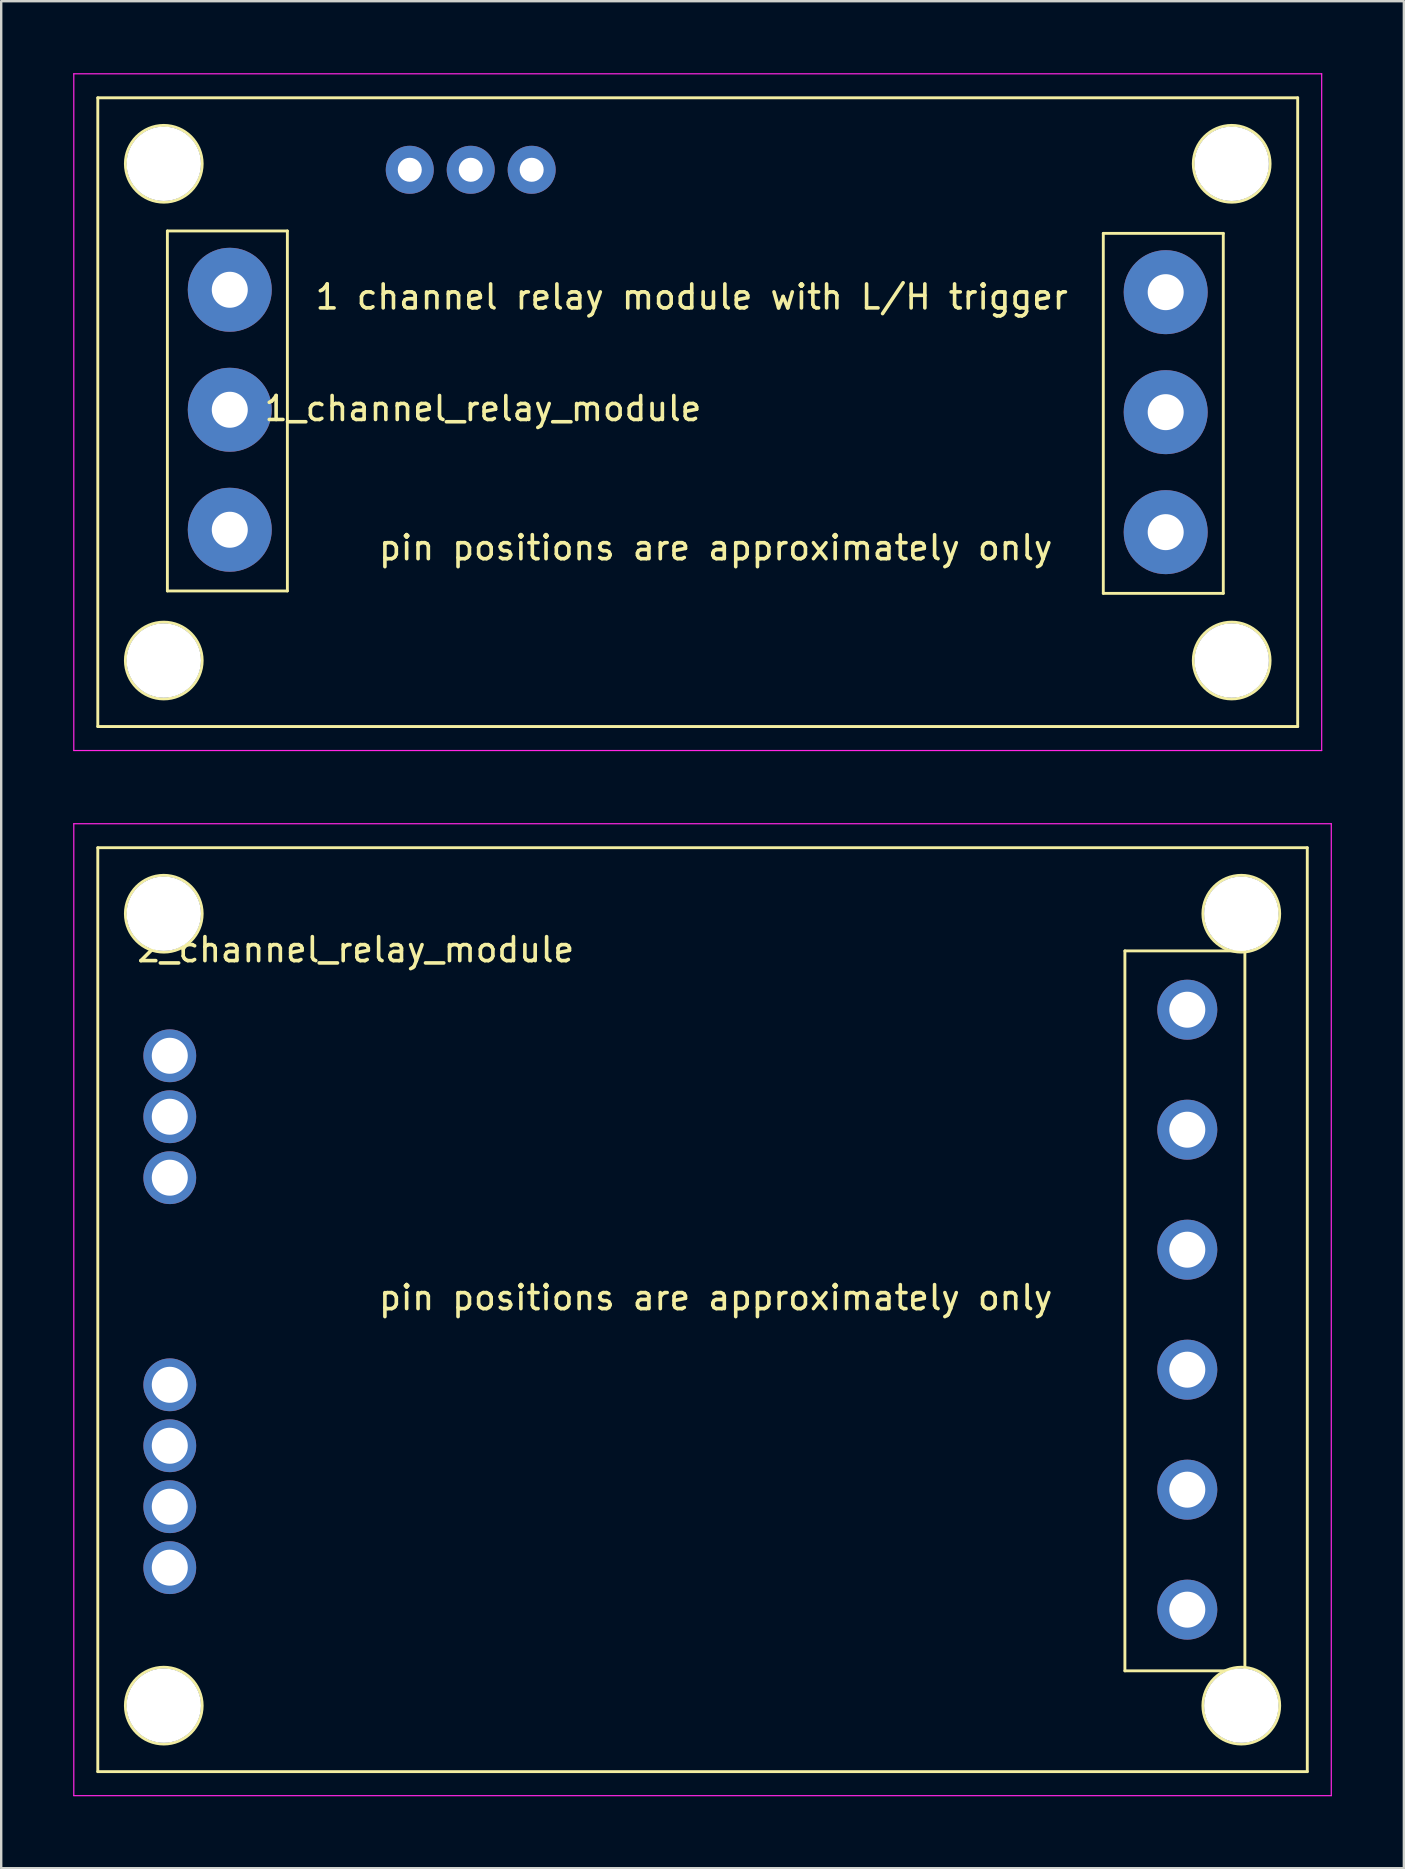
<source format=kicad_pcb>
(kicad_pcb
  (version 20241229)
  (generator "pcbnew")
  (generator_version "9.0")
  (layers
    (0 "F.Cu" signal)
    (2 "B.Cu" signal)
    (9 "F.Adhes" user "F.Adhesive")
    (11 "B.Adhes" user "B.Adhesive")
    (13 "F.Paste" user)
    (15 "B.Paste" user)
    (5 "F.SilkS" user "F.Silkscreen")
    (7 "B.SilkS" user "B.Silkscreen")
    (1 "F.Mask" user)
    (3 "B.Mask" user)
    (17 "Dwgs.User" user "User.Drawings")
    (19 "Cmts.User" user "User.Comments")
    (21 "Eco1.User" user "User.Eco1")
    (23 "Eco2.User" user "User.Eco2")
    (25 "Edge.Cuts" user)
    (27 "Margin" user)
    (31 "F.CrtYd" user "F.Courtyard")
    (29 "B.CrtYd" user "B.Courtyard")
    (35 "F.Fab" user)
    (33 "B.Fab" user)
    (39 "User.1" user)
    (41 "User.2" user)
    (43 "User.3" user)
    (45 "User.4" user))
  (footprint "1_channel_relay_module"
    (layer "F.Cu")
    (at 1.025 1.025)
    (property "Reference" "1_channel_relay_module" (at 16.05 12.95 0) (layer "F.SilkS") (effects (font (size 1 1) (thickness 0.15))))
    (attr through_hole)
    (fp_line (start 0 0) (end 50 0) (stroke (width 0.12) (type solid)) (layer "F.SilkS"))
    (fp_line (start 0 26.2) (end 0 0) (stroke (width 0.12) (type solid)) (layer "F.SilkS"))
    (fp_line (start 2.9 5.55) (end 7.9 5.55) (stroke (width 0.12) (type solid)) (layer "F.SilkS"))
    (fp_line (start 2.9 20.55) (end 2.9 5.55) (stroke (width 0.12) (type solid)) (layer "F.SilkS"))
    (fp_line (start 7.9 5.55) (end 7.9 20.55) (stroke (width 0.12) (type solid)) (layer "F.SilkS"))
    (fp_line (start 7.9 20.55) (end 2.9 20.55) (stroke (width 0.12) (type solid)) (layer "F.SilkS"))
    (fp_line (start 41.9 5.65) (end 46.9 5.65) (stroke (width 0.12) (type solid)) (layer "F.SilkS"))
    (fp_line (start 41.9 20.65) (end 41.9 5.65) (stroke (width 0.12) (type solid)) (layer "F.SilkS"))
    (fp_line (start 46.9 5.65) (end 46.9 20.65) (stroke (width 0.12) (type solid)) (layer "F.SilkS"))
    (fp_line (start 46.9 20.65) (end 41.9 20.65) (stroke (width 0.12) (type solid)) (layer "F.SilkS"))
    (fp_line (start 50 0) (end 50 26.2) (stroke (width 0.12) (type solid)) (layer "F.SilkS"))
    (fp_line (start 50 26.2) (end 0 26.2) (stroke (width 0.12) (type solid)) (layer "F.SilkS"))
    (fp_circle (center 2.75 2.75) (end 4.35 2.75) (stroke (width 0.12) (type solid)) (fill no) (layer "F.SilkS"))
    (fp_circle (center 2.75 23.45) (end 4.35 23.45) (stroke (width 0.12) (type solid)) (fill no) (layer "F.SilkS"))
    (fp_circle (center 47.25 2.75) (end 48.85 2.75) (stroke (width 0.12) (type solid)) (fill no) (layer "F.SilkS"))
    (fp_circle (center 47.25 23.45) (end 48.85 23.45) (stroke (width 0.12) (type solid)) (fill no) (layer "F.SilkS"))
    (fp_line (start -1 -1) (end 51 -1) (stroke (width 0.05) (type solid)) (layer "F.CrtYd"))
    (fp_line (start -1 27.2) (end -1 -1) (stroke (width 0.05) (type solid)) (layer "F.CrtYd"))
    (fp_line (start 51 -1) (end 51 27.2) (stroke (width 0.05) (type solid)) (layer "F.CrtYd"))
    (fp_line (start 51 27.2) (end -1 27.2) (stroke (width 0.05) (type solid)) (layer "F.CrtYd"))
    (fp_text user "pin positions are approximately only" (at 25.75 18.75 0) (layer "F.SilkS") (effects (font (size 1 1) (thickness 0.15))))
    (fp_text user "1 channel relay module with L/H trigger" (at 24.75 8.3 0) (layer "F.SilkS") (effects (font (size 1 1) (thickness 0.15))))
    (pad "" np_thru_hole circle (at 2.75 2.75) (size 3.1 3.1) (drill 3.1) (layers "*.Cu" "*.Mask"))
    (pad "" np_thru_hole circle (at 2.75 23.45) (size 3.1 3.1) (drill 3.1) (layers "*.Cu" "*.Mask"))
    (pad "" np_thru_hole circle (at 47.25 2.75) (size 3.1 3.1) (drill 3.1) (layers "*.Cu" "*.Mask"))
    (pad "" np_thru_hole circle (at 47.25 23.45) (size 3.1 3.1) (drill 3.1) (layers "*.Cu" "*.Mask"))
    (pad "1A" thru_hole circle (at 44.5 8.1) (size 3.5 3.5) (drill 1.5) (layers "*.Cu" "*.Mask"))
    (pad "1C" thru_hole circle (at 5.5 8) (size 3.5 3.5) (drill 1.5) (layers "*.Cu" "*.Mask"))
    (pad "1D" thru_hole circle (at 13 3) (size 2 2) (drill 1) (layers "*.Cu" "*.Mask"))
    (pad "2A" thru_hole circle (at 44.5 13.1) (size 3.5 3.5) (drill 1.5) (layers "*.Cu" "*.Mask"))
    (pad "2C" thru_hole circle (at 5.5 13) (size 3.5 3.5) (drill 1.5) (layers "*.Cu" "*.Mask"))
    (pad "2D" thru_hole circle (at 15.54 3) (size 2 2) (drill 1) (layers "*.Cu" "*.Mask"))
    (pad "3A" thru_hole circle (at 44.5 18.1) (size 3.5 3.5) (drill 1.5) (layers "*.Cu" "*.Mask"))
    (pad "3C" thru_hole circle (at 5.5 18) (size 3.5 3.5) (drill 1.5) (layers "*.Cu" "*.Mask"))
    (pad "3D" thru_hole circle (at 18.08 3) (size 2 2) (drill 1) (layers "*.Cu" "*.Mask")))
  (footprint "2_channel_relay_module"
    (layer "F.Cu")
    (at 1.025 32.275)
    (property "Reference" "2_channel_relay_module" (at 10.75 4.25 0) (layer "F.SilkS") (effects (font (size 1 1) (thickness 0.15))))
    (attr through_hole)
    (fp_line (start 0 0) (end 50.4 0) (stroke (width 0.12) (type solid)) (layer "F.SilkS"))
    (fp_line (start 0 38.5) (end 0 0) (stroke (width 0.12) (type solid)) (layer "F.SilkS"))
    (fp_line (start 42.8 4.3) (end 47.8 4.3) (stroke (width 0.12) (type solid)) (layer "F.SilkS"))
    (fp_line (start 42.8 34.3) (end 42.8 4.3) (stroke (width 0.12) (type solid)) (layer "F.SilkS"))
    (fp_line (start 47.8 4.3) (end 47.8 34.3) (stroke (width 0.12) (type solid)) (layer "F.SilkS"))
    (fp_line (start 47.8 34.3) (end 42.8 34.3) (stroke (width 0.12) (type solid)) (layer "F.SilkS"))
    (fp_line (start 50.4 0) (end 50.4 38.5) (stroke (width 0.12) (type solid)) (layer "F.SilkS"))
    (fp_line (start 50.4 38.5) (end 0 38.5) (stroke (width 0.12) (type solid)) (layer "F.SilkS"))
    (fp_circle (center 2.75 2.75) (end 4.35 2.75) (stroke (width 0.12) (type solid)) (fill no) (layer "F.SilkS"))
    (fp_circle (center 2.75 35.75) (end 4.35 35.75) (stroke (width 0.12) (type solid)) (fill no) (layer "F.SilkS"))
    (fp_circle (center 47.65 2.75) (end 49.25 2.75) (stroke (width 0.12) (type solid)) (fill no) (layer "F.SilkS"))
    (fp_circle (center 47.65 35.75) (end 49.25 35.75) (stroke (width 0.12) (type solid)) (fill no) (layer "F.SilkS"))
    (fp_line (start -1 -1) (end 51.4 -1) (stroke (width 0.05) (type solid)) (layer "F.CrtYd"))
    (fp_line (start -1 39.5) (end -1 -1) (stroke (width 0.05) (type solid)) (layer "F.CrtYd"))
    (fp_line (start 51.4 -1) (end 51.4 39.5) (stroke (width 0.05) (type solid)) (layer "F.CrtYd"))
    (fp_line (start 51.4 39.5) (end -1 39.5) (stroke (width 0.05) (type solid)) (layer "F.CrtYd"))
    (fp_text user "pin positions are approximately only" (at 25.75 18.75 0) (layer "F.SilkS") (effects (font (size 1 1) (thickness 0.15))))
    (pad "" np_thru_hole circle (at 2.75 2.75) (size 3.1 3.1) (drill 3.1) (layers "*.Cu" "*.Mask"))
    (pad "" np_thru_hole circle (at 2.75 35.75) (size 3.1 3.1) (drill 3.1) (layers "*.Cu" "*.Mask"))
    (pad "" np_thru_hole circle (at 47.65 2.75) (size 3.1 3.1) (drill 3.1) (layers "*.Cu" "*.Mask"))
    (pad "" np_thru_hole circle (at 47.65 35.75) (size 3.1 3.1) (drill 3.1) (layers "*.Cu" "*.Mask"))
    (pad "1A" thru_hole circle (at 45.4 6.75) (size 2.5 2.5) (drill 1.5) (layers "*.Cu" "*.Mask"))
    (pad "1C" thru_hole circle (at 3 8.67) (size 2.2 2.2) (drill 1.5) (layers "*.Cu" "*.Mask"))
    (pad "2A" thru_hole circle (at 45.4 11.75) (size 2.5 2.5) (drill 1.5) (layers "*.Cu" "*.Mask"))
    (pad "2C" thru_hole circle (at 3 11.21) (size 2.2 2.2) (drill 1.5) (layers "*.Cu" "*.Mask"))
    (pad "3A" thru_hole circle (at 45.4 16.75) (size 2.5 2.5) (drill 1.5) (layers "*.Cu" "*.Mask"))
    (pad "3C" thru_hole circle (at 3 13.75) (size 2.2 2.2) (drill 1.5) (layers "*.Cu" "*.Mask"))
    (pad "4A" thru_hole circle (at 45.4 21.75) (size 2.5 2.5) (drill 1.5) (layers "*.Cu" "*.Mask"))
    (pad "4C" thru_hole circle (at 3 22.38) (size 2.2 2.2) (drill 1.5) (layers "*.Cu" "*.Mask"))
    (pad "5A" thru_hole circle (at 45.4 26.75) (size 2.5 2.5) (drill 1.5) (layers "*.Cu" "*.Mask"))
    (pad "5C" thru_hole circle (at 3 24.92) (size 2.2 2.2) (drill 1.5) (layers "*.Cu" "*.Mask"))
    (pad "6A" thru_hole circle (at 45.4 31.75) (size 2.5 2.5) (drill 1.5) (layers "*.Cu" "*.Mask"))
    (pad "6C" thru_hole circle (at 3 27.46) (size 2.2 2.2) (drill 1.5) (layers "*.Cu" "*.Mask"))
    (pad "7C" thru_hole circle (at 3 30) (size 2.2 2.2) (drill 1.5) (layers "*.Cu" "*.Mask")))
  (gr_rect
    (start -3 -3)
    (end 55.45 74.8)
    (stroke (width 0.1) (type default))
    (fill no)
    (layer "Edge.Cuts")))
</source>
